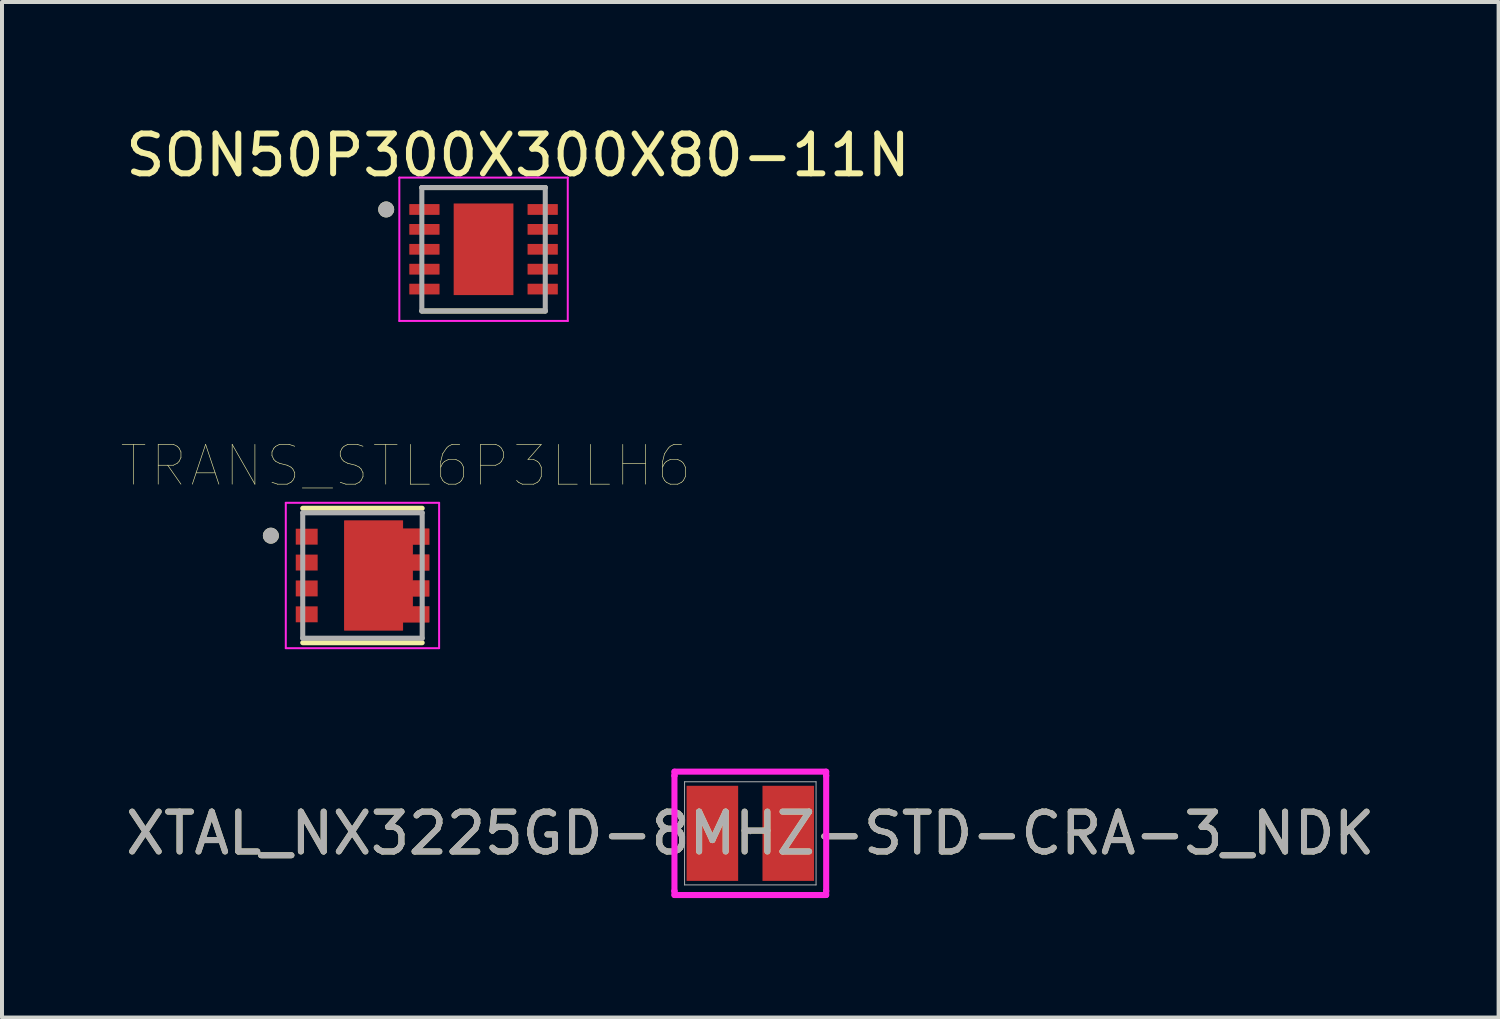
<source format=kicad_pcb>
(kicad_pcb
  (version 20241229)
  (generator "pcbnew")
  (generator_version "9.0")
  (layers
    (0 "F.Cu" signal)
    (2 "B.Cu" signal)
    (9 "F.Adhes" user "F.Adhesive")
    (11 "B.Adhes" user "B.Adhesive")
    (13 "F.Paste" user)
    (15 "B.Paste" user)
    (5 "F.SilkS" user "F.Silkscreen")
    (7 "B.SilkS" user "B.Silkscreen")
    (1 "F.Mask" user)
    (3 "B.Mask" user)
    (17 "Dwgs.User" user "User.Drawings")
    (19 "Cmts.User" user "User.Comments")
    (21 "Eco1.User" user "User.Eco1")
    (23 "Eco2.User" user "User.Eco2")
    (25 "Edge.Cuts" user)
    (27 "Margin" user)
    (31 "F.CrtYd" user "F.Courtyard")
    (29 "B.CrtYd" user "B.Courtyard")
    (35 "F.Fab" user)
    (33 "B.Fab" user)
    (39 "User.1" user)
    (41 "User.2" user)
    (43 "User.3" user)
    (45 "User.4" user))
  (footprint "SON50P300X300X80-11N"
    (layer "F.Cu")
    (at 9.093 3.21)
    (property "Reference" "SON50P300X300X80-11N" (at 0.865 -2.362 0) (layer "F.SilkS") (effects (font (size 1 1) (thickness 0.15))))
    (attr through_hole)
    (fp_line (start -1.55 -1.55) (end 1.55 -1.55) (stroke (width 0.127) (type solid)) (layer "F.SilkS"))
    (fp_line (start -1.55 1.55) (end 1.55 1.55) (stroke (width 0.127) (type solid)) (layer "F.SilkS"))
    (fp_circle (center -2.445 -1) (end -2.345 -1) (stroke (width 0.2) (type solid)) (fill no) (layer "F.SilkS"))
    (fp_poly (pts (xy -0.47 -0.73) (xy 0.47 -0.73) (xy 0.47 0.73) (xy -0.47 0.73)) (stroke (width 0.01) (type solid)) (fill yes) (layer "F.Paste"))
    (fp_line (start -2.115 -1.8) (end -2.115 1.8) (stroke (width 0.05) (type solid)) (layer "F.CrtYd"))
    (fp_line (start -2.115 -1.8) (end 2.115 -1.8) (stroke (width 0.05) (type solid)) (layer "F.CrtYd"))
    (fp_line (start -2.115 1.8) (end 2.115 1.8) (stroke (width 0.05) (type solid)) (layer "F.CrtYd"))
    (fp_line (start 2.115 -1.8) (end 2.115 1.8) (stroke (width 0.05) (type solid)) (layer "F.CrtYd"))
    (fp_line (start -1.55 -1.55) (end -1.55 1.55) (stroke (width 0.127) (type solid)) (layer "F.Fab"))
    (fp_line (start -1.55 -1.55) (end 1.55 -1.55) (stroke (width 0.127) (type solid)) (layer "F.Fab"))
    (fp_line (start -1.55 1.55) (end 1.55 1.55) (stroke (width 0.127) (type solid)) (layer "F.Fab"))
    (fp_line (start 1.55 -1.55) (end 1.55 1.55) (stroke (width 0.127) (type solid)) (layer "F.Fab"))
    (fp_circle (center -2.445 -1) (end -2.345 -1) (stroke (width 0.2) (type solid)) (fill no) (layer "F.Fab"))
    (pad "1" smd roundrect (at -1.485 -1) (size 0.76 0.27) (layers "F.Cu" "F.Mask" "F.Paste") (roundrect_rratio 0.03))
    (pad "2" smd roundrect (at -1.485 -0.5) (size 0.76 0.27) (layers "F.Cu" "F.Mask" "F.Paste") (roundrect_rratio 0.03))
    (pad "3" smd roundrect (at -1.485 0) (size 0.76 0.27) (layers "F.Cu" "F.Mask" "F.Paste") (roundrect_rratio 0.03))
    (pad "4" smd roundrect (at -1.485 0.5) (size 0.76 0.27) (layers "F.Cu" "F.Mask" "F.Paste") (roundrect_rratio 0.03))
    (pad "5" smd roundrect (at -1.485 1) (size 0.76 0.27) (layers "F.Cu" "F.Mask" "F.Paste") (roundrect_rratio 0.03))
    (pad "6" smd roundrect (at 1.485 1) (size 0.76 0.27) (layers "F.Cu" "F.Mask" "F.Paste") (roundrect_rratio 0.03))
    (pad "7" smd roundrect (at 1.485 0.5) (size 0.76 0.27) (layers "F.Cu" "F.Mask" "F.Paste") (roundrect_rratio 0.03))
    (pad "8" smd roundrect (at 1.485 0) (size 0.76 0.27) (layers "F.Cu" "F.Mask" "F.Paste") (roundrect_rratio 0.03))
    (pad "9" smd roundrect (at 1.485 -0.5) (size 0.76 0.27) (layers "F.Cu" "F.Mask" "F.Paste") (roundrect_rratio 0.03))
    (pad "10" smd roundrect (at 1.485 -1) (size 0.76 0.27) (layers "F.Cu" "F.Mask" "F.Paste") (roundrect_rratio 0.03))
    (pad "11" smd rect (at 0 0) (size 1.5 2.3) (layers "F.Cu" "F.Mask")))
  (footprint "TRANS_STL6P3LLH6"
    (layer "F.Cu")
    (at 6.052 11.402)
    (property "Reference" "TRANS_STL6P3LLH6" (at 1.085 -2.755 0) (layer "F.SilkS") (effects (font (size 1 1) (thickness 0.015))))
    (attr smd)
    (fp_poly (pts (xy -0.455 -1.375) (xy -0.455 1.375) (xy 1.015 1.375) (xy 1.015 1.175) (xy 1.675 1.175) (xy 1.675 0.775) (xy 1.265 0.775) (xy 1.265 0.525) (xy 1.675 0.525) (xy 1.675 0.125) (xy 1.265 0.125) (xy 1.265 -0.125) (xy 1.675 -0.125) (xy 1.675 -0.525) (xy 1.265 -0.525) (xy 1.265 -0.775) (xy 1.675 -0.775) (xy 1.675 -1.175) (xy 1.015 -1.175) (xy 1.015 -1.375)) (stroke (width 0.01) (type solid)) (fill yes) (layer "F.Cu"))
    (fp_poly (pts (xy -0.555 -1.475) (xy -0.555 1.475) (xy 1.115 1.475) (xy 1.115 1.225) (xy 1.725 1.225) (xy 1.725 0.725) (xy 1.315 0.725) (xy 1.315 0.575) (xy 1.725 0.575) (xy 1.725 0.075) (xy 1.315 0.075) (xy 1.315 -0.075) (xy 1.725 -0.075) (xy 1.725 -0.575) (xy 1.315 -0.575) (xy 1.315 -0.725) (xy 1.725 -0.725) (xy 1.725 -1.225) (xy 1.115 -1.225) (xy 1.115 -1.475)) (stroke (width 0.01) (type solid)) (fill yes) (layer "F.Mask"))
    (fp_line (start 1.5 -1.688) (end -1.5 -1.688) (stroke (width 0.127) (type solid)) (layer "F.SilkS"))
    (fp_line (start 1.5 1.688) (end -1.5 1.688) (stroke (width 0.127) (type solid)) (layer "F.SilkS"))
    (fp_circle (center -2.3 -1) (end -2.2 -1) (stroke (width 0.2) (type solid)) (fill no) (layer "F.SilkS"))
    (fp_poly (pts (xy -0.59 -0.465) (xy 1.15 -0.465) (xy 1.15 0.465) (xy -0.59 0.465)) (stroke (width 0.01) (type solid)) (fill yes) (layer "F.Paste"))
    (fp_poly (pts (xy 1.2 -1.25) (xy 1.6 -1.25) (xy 1.6 -0.7) (xy 1.2 -0.7)) (stroke (width 0.01) (type solid)) (fill yes) (layer "F.Paste"))
    (fp_poly (pts (xy 1.2 -0.6) (xy 1.6 -0.6) (xy 1.6 -0.05) (xy 1.2 -0.05)) (stroke (width 0.01) (type solid)) (fill yes) (layer "F.Paste"))
    (fp_poly (pts (xy 1.2 0.05) (xy 1.6 0.05) (xy 1.6 0.6) (xy 1.2 0.6)) (stroke (width 0.01) (type solid)) (fill yes) (layer "F.Paste"))
    (fp_poly (pts (xy 1.2 0.7) (xy 1.6 0.7) (xy 1.6 1.25) (xy 1.2 1.25)) (stroke (width 0.01) (type solid)) (fill yes) (layer "F.Paste"))
    (fp_line (start -1.925 -1.825) (end 1.925 -1.825) (stroke (width 0.05) (type solid)) (layer "F.CrtYd"))
    (fp_line (start -1.925 1.825) (end -1.925 -1.825) (stroke (width 0.05) (type solid)) (layer "F.CrtYd"))
    (fp_line (start 1.925 -1.825) (end 1.925 1.825) (stroke (width 0.05) (type solid)) (layer "F.CrtYd"))
    (fp_line (start 1.925 1.825) (end -1.925 1.825) (stroke (width 0.05) (type solid)) (layer "F.CrtYd"))
    (fp_line (start -1.5 -1.575) (end 1.5 -1.575) (stroke (width 0.127) (type solid)) (layer "F.Fab"))
    (fp_line (start -1.5 1.575) (end -1.5 -1.575) (stroke (width 0.127) (type solid)) (layer "F.Fab"))
    (fp_line (start 1.5 -1.575) (end 1.5 1.575) (stroke (width 0.127) (type solid)) (layer "F.Fab"))
    (fp_line (start 1.5 1.575) (end -1.5 1.575) (stroke (width 0.127) (type solid)) (layer "F.Fab"))
    (fp_circle (center -2.3 -1) (end -2.2 -1) (stroke (width 0.2) (type solid)) (fill no) (layer "F.Fab"))
    (pad "1" smd rect (at -1.4 -0.975) (size 0.55 0.4) (layers "F.Cu" "F.Mask" "F.Paste"))
    (pad "2" smd rect (at -1.4 -0.325) (size 0.55 0.4) (layers "F.Cu" "F.Mask" "F.Paste"))
    (pad "3" smd rect (at -1.4 0.325) (size 0.55 0.4) (layers "F.Cu" "F.Mask" "F.Paste"))
    (pad "4" smd rect (at -1.4 0.975) (size 0.55 0.4) (layers "F.Cu" "F.Mask" "F.Paste"))
    (pad "5_6_7_8" smd rect (at 0.28 0) (size 1.47 2.75) (layers "F.Cu" "F.Mask")))
  (footprint "XTAL_NX3225GD-8MHZ-STD-CRA-3_NDK"
    (layer "F.Cu")
    (at 15.792 17.877)
    (property "Reference" "XTAL_NX3225GD-8MHZ-STD-CRA-3_NDK" (at 0 0 0) (unlocked yes) (layer "F.SilkS") (effects (font (size 1 1) (thickness 0.15))))
    (attr smd)
    (fp_line (start -1.905 -1.549) (end 1.905 -1.549) (stroke (width 0.152) (type solid)) (layer "F.CrtYd"))
    (fp_line (start -1.905 -1.448) (end -1.905 -1.549) (stroke (width 0.152) (type solid)) (layer "F.CrtYd"))
    (fp_line (start -1.905 -1.448) (end -1.905 -1.448) (stroke (width 0.152) (type solid)) (layer "F.CrtYd"))
    (fp_line (start -1.905 1.448) (end -1.905 -1.448) (stroke (width 0.152) (type solid)) (layer "F.CrtYd"))
    (fp_line (start -1.905 1.448) (end -1.905 1.448) (stroke (width 0.152) (type solid)) (layer "F.CrtYd"))
    (fp_line (start -1.905 1.549) (end -1.905 1.448) (stroke (width 0.152) (type solid)) (layer "F.CrtYd"))
    (fp_line (start 1.905 -1.549) (end 1.905 -1.448) (stroke (width 0.152) (type solid)) (layer "F.CrtYd"))
    (fp_line (start 1.905 -1.448) (end 1.905 -1.448) (stroke (width 0.152) (type solid)) (layer "F.CrtYd"))
    (fp_line (start 1.905 -1.448) (end 1.905 1.448) (stroke (width 0.152) (type solid)) (layer "F.CrtYd"))
    (fp_line (start 1.905 1.448) (end 1.905 1.448) (stroke (width 0.152) (type solid)) (layer "F.CrtYd"))
    (fp_line (start 1.905 1.448) (end 1.905 1.549) (stroke (width 0.152) (type solid)) (layer "F.CrtYd"))
    (fp_line (start 1.905 1.549) (end -1.905 1.549) (stroke (width 0.152) (type solid)) (layer "F.CrtYd"))
    (fp_line (start -1.651 -1.295) (end -1.651 1.295) (stroke (width 0.025) (type solid)) (layer "F.Fab"))
    (fp_line (start -1.651 1.295) (end 1.651 1.295) (stroke (width 0.025) (type solid)) (layer "F.Fab"))
    (fp_line (start 1.651 -1.295) (end -1.651 -1.295) (stroke (width 0.025) (type solid)) (layer "F.Fab"))
    (fp_line (start 1.651 1.295) (end 1.651 -1.295) (stroke (width 0.025) (type solid)) (layer "F.Fab"))
    (fp_circle (center 0 0) (end 0 0) (stroke (width 0.025) (type solid)) (fill no) (layer "F.Fab"))
    (fp_text user "${REFERENCE}" (at 0 0 0) (unlocked yes) (layer "F.Fab") (effects (font (size 1 1) (thickness 0.15))))
    (pad "1" smd rect (at -0.953 0) (size 1.295 2.388) (layers "F.Cu" "F.Mask" "F.Paste"))
    (pad "2" smd rect (at 0.953 0) (size 1.295 2.388) (layers "F.Cu" "F.Mask" "F.Paste")))
  (gr_rect
    (start -3 -3)
    (end 34.583 22.503)
    (stroke (width 0.1) (type default))
    (fill no)
    (layer "Edge.Cuts")))
</source>
